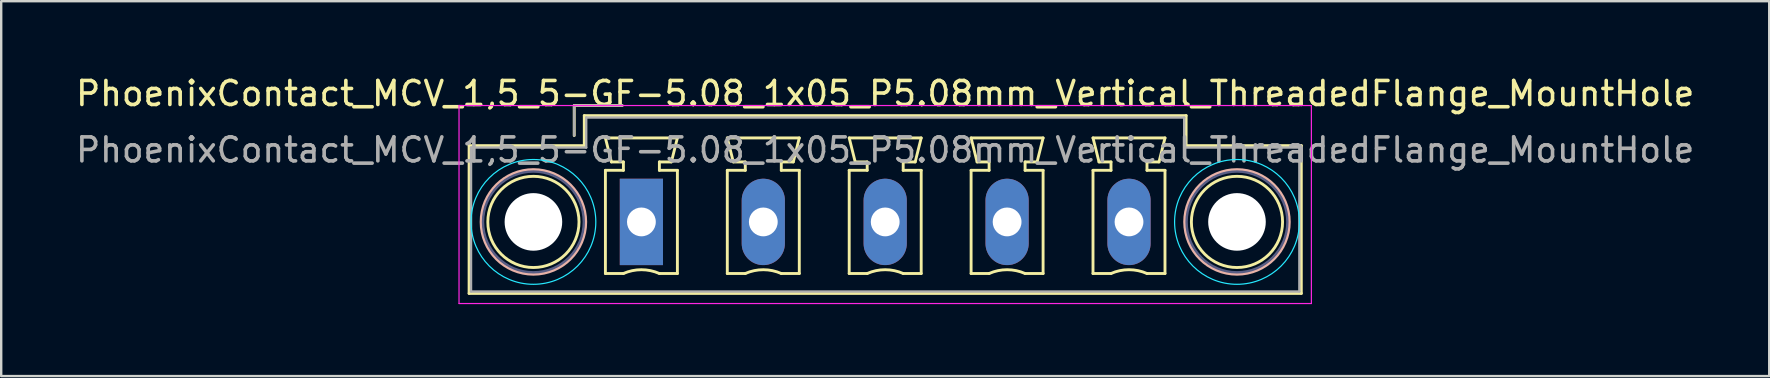
<source format=kicad_pcb>
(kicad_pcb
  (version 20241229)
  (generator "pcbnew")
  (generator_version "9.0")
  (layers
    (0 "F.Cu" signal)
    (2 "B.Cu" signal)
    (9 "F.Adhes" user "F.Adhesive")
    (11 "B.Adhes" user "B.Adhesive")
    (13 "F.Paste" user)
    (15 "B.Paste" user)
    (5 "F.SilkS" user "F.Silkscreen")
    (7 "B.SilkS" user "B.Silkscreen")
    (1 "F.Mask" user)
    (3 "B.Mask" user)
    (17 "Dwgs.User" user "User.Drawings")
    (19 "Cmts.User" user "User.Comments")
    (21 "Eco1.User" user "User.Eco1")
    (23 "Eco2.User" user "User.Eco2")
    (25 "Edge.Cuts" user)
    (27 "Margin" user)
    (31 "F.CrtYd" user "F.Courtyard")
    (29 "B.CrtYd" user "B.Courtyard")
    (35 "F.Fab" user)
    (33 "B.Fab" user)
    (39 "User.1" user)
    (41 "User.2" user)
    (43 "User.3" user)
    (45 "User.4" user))
  (footprint "PhoenixContact_MCV_1,5_5-GF-5.08_1x05_P5.08mm_Vertical_ThreadedFlange_MountHole"
    (layer "F.Cu")
    (at 23.679 6.198)
    (property "Reference" "PhoenixContact_MCV_1,5_5-GF-5.08_1x05_P5.08mm_Vertical_ThreadedFlange_MountHole" (at 10.16 -5.35 0) (layer "F.SilkS") (effects (font (size 1 1) (thickness 0.15))))
    (attr through_hole)
    (fp_line (start -7.18 -3.18) (end -7.18 2.98) (stroke (width 0.12) (type solid)) (layer "F.SilkS"))
    (fp_line (start -7.18 2.98) (end 27.5 2.98) (stroke (width 0.12) (type solid)) (layer "F.SilkS"))
    (fp_line (start -2.8 -4.85) (end -0.8 -4.85) (stroke (width 0.12) (type solid)) (layer "F.SilkS"))
    (fp_line (start -2.8 -3.6) (end -2.8 -4.85) (stroke (width 0.12) (type solid)) (layer "F.SilkS"))
    (fp_line (start -2.38 -4.43) (end -2.38 -3.18) (stroke (width 0.12) (type solid)) (layer "F.SilkS"))
    (fp_line (start -2.38 -3.18) (end -7.18 -3.18) (stroke (width 0.12) (type solid)) (layer "F.SilkS"))
    (fp_line (start -1.5 -3.5) (end 1.5 -3.5) (stroke (width 0.12) (type solid)) (layer "F.SilkS"))
    (fp_line (start -1.5 -2.15) (end -0.75 -2.15) (stroke (width 0.12) (type solid)) (layer "F.SilkS"))
    (fp_line (start -1.5 2.15) (end -1.5 -2.15) (stroke (width 0.12) (type solid)) (layer "F.SilkS"))
    (fp_line (start -1.25 -2.5) (end -1.5 -3.5) (stroke (width 0.12) (type solid)) (layer "F.SilkS"))
    (fp_line (start -0.75 -2.5) (end -1.25 -2.5) (stroke (width 0.12) (type solid)) (layer "F.SilkS"))
    (fp_line (start -0.75 -2.15) (end -0.75 -2.5) (stroke (width 0.12) (type solid)) (layer "F.SilkS"))
    (fp_line (start -0.75 2.15) (end -1.5 2.15) (stroke (width 0.12) (type solid)) (layer "F.SilkS"))
    (fp_line (start 0.75 -2.5) (end 0.75 -2.15) (stroke (width 0.12) (type solid)) (layer "F.SilkS"))
    (fp_line (start 0.75 -2.15) (end 1.5 -2.15) (stroke (width 0.12) (type solid)) (layer "F.SilkS"))
    (fp_line (start 1.25 -2.5) (end 0.75 -2.5) (stroke (width 0.12) (type solid)) (layer "F.SilkS"))
    (fp_line (start 1.5 -3.5) (end 1.25 -2.5) (stroke (width 0.12) (type solid)) (layer "F.SilkS"))
    (fp_line (start 1.5 -2.15) (end 1.5 2.15) (stroke (width 0.12) (type solid)) (layer "F.SilkS"))
    (fp_line (start 1.5 2.15) (end 0.75 2.15) (stroke (width 0.12) (type solid)) (layer "F.SilkS"))
    (fp_line (start 3.58 -3.5) (end 6.58 -3.5) (stroke (width 0.12) (type solid)) (layer "F.SilkS"))
    (fp_line (start 3.58 -2.15) (end 4.33 -2.15) (stroke (width 0.12) (type solid)) (layer "F.SilkS"))
    (fp_line (start 3.58 2.15) (end 3.58 -2.15) (stroke (width 0.12) (type solid)) (layer "F.SilkS"))
    (fp_line (start 3.83 -2.5) (end 3.58 -3.5) (stroke (width 0.12) (type solid)) (layer "F.SilkS"))
    (fp_line (start 4.33 -2.5) (end 3.83 -2.5) (stroke (width 0.12) (type solid)) (layer "F.SilkS"))
    (fp_line (start 4.33 -2.15) (end 4.33 -2.5) (stroke (width 0.12) (type solid)) (layer "F.SilkS"))
    (fp_line (start 4.33 2.15) (end 3.58 2.15) (stroke (width 0.12) (type solid)) (layer "F.SilkS"))
    (fp_line (start 5.83 -2.5) (end 5.83 -2.15) (stroke (width 0.12) (type solid)) (layer "F.SilkS"))
    (fp_line (start 5.83 -2.15) (end 6.58 -2.15) (stroke (width 0.12) (type solid)) (layer "F.SilkS"))
    (fp_line (start 6.33 -2.5) (end 5.83 -2.5) (stroke (width 0.12) (type solid)) (layer "F.SilkS"))
    (fp_line (start 6.58 -3.5) (end 6.33 -2.5) (stroke (width 0.12) (type solid)) (layer "F.SilkS"))
    (fp_line (start 6.58 -2.15) (end 6.58 2.15) (stroke (width 0.12) (type solid)) (layer "F.SilkS"))
    (fp_line (start 6.58 2.15) (end 5.83 2.15) (stroke (width 0.12) (type solid)) (layer "F.SilkS"))
    (fp_line (start 8.66 -3.5) (end 11.66 -3.5) (stroke (width 0.12) (type solid)) (layer "F.SilkS"))
    (fp_line (start 8.66 -2.15) (end 9.41 -2.15) (stroke (width 0.12) (type solid)) (layer "F.SilkS"))
    (fp_line (start 8.66 2.15) (end 8.66 -2.15) (stroke (width 0.12) (type solid)) (layer "F.SilkS"))
    (fp_line (start 8.91 -2.5) (end 8.66 -3.5) (stroke (width 0.12) (type solid)) (layer "F.SilkS"))
    (fp_line (start 9.41 -2.5) (end 8.91 -2.5) (stroke (width 0.12) (type solid)) (layer "F.SilkS"))
    (fp_line (start 9.41 -2.15) (end 9.41 -2.5) (stroke (width 0.12) (type solid)) (layer "F.SilkS"))
    (fp_line (start 9.41 2.15) (end 8.66 2.15) (stroke (width 0.12) (type solid)) (layer "F.SilkS"))
    (fp_line (start 10.91 -2.5) (end 10.91 -2.15) (stroke (width 0.12) (type solid)) (layer "F.SilkS"))
    (fp_line (start 10.91 -2.15) (end 11.66 -2.15) (stroke (width 0.12) (type solid)) (layer "F.SilkS"))
    (fp_line (start 11.41 -2.5) (end 10.91 -2.5) (stroke (width 0.12) (type solid)) (layer "F.SilkS"))
    (fp_line (start 11.66 -3.5) (end 11.41 -2.5) (stroke (width 0.12) (type solid)) (layer "F.SilkS"))
    (fp_line (start 11.66 -2.15) (end 11.66 2.15) (stroke (width 0.12) (type solid)) (layer "F.SilkS"))
    (fp_line (start 11.66 2.15) (end 10.91 2.15) (stroke (width 0.12) (type solid)) (layer "F.SilkS"))
    (fp_line (start 13.74 -3.5) (end 16.74 -3.5) (stroke (width 0.12) (type solid)) (layer "F.SilkS"))
    (fp_line (start 13.74 -2.15) (end 14.49 -2.15) (stroke (width 0.12) (type solid)) (layer "F.SilkS"))
    (fp_line (start 13.74 2.15) (end 13.74 -2.15) (stroke (width 0.12) (type solid)) (layer "F.SilkS"))
    (fp_line (start 13.99 -2.5) (end 13.74 -3.5) (stroke (width 0.12) (type solid)) (layer "F.SilkS"))
    (fp_line (start 14.49 -2.5) (end 13.99 -2.5) (stroke (width 0.12) (type solid)) (layer "F.SilkS"))
    (fp_line (start 14.49 -2.15) (end 14.49 -2.5) (stroke (width 0.12) (type solid)) (layer "F.SilkS"))
    (fp_line (start 14.49 2.15) (end 13.74 2.15) (stroke (width 0.12) (type solid)) (layer "F.SilkS"))
    (fp_line (start 15.99 -2.5) (end 15.99 -2.15) (stroke (width 0.12) (type solid)) (layer "F.SilkS"))
    (fp_line (start 15.99 -2.15) (end 16.74 -2.15) (stroke (width 0.12) (type solid)) (layer "F.SilkS"))
    (fp_line (start 16.49 -2.5) (end 15.99 -2.5) (stroke (width 0.12) (type solid)) (layer "F.SilkS"))
    (fp_line (start 16.74 -3.5) (end 16.49 -2.5) (stroke (width 0.12) (type solid)) (layer "F.SilkS"))
    (fp_line (start 16.74 -2.15) (end 16.74 2.15) (stroke (width 0.12) (type solid)) (layer "F.SilkS"))
    (fp_line (start 16.74 2.15) (end 15.99 2.15) (stroke (width 0.12) (type solid)) (layer "F.SilkS"))
    (fp_line (start 18.82 -3.5) (end 21.82 -3.5) (stroke (width 0.12) (type solid)) (layer "F.SilkS"))
    (fp_line (start 18.82 -2.15) (end 19.57 -2.15) (stroke (width 0.12) (type solid)) (layer "F.SilkS"))
    (fp_line (start 18.82 2.15) (end 18.82 -2.15) (stroke (width 0.12) (type solid)) (layer "F.SilkS"))
    (fp_line (start 19.07 -2.5) (end 18.82 -3.5) (stroke (width 0.12) (type solid)) (layer "F.SilkS"))
    (fp_line (start 19.57 -2.5) (end 19.07 -2.5) (stroke (width 0.12) (type solid)) (layer "F.SilkS"))
    (fp_line (start 19.57 -2.15) (end 19.57 -2.5) (stroke (width 0.12) (type solid)) (layer "F.SilkS"))
    (fp_line (start 19.57 2.15) (end 18.82 2.15) (stroke (width 0.12) (type solid)) (layer "F.SilkS"))
    (fp_line (start 21.07 -2.5) (end 21.07 -2.15) (stroke (width 0.12) (type solid)) (layer "F.SilkS"))
    (fp_line (start 21.07 -2.15) (end 21.82 -2.15) (stroke (width 0.12) (type solid)) (layer "F.SilkS"))
    (fp_line (start 21.57 -2.5) (end 21.07 -2.5) (stroke (width 0.12) (type solid)) (layer "F.SilkS"))
    (fp_line (start 21.82 -3.5) (end 21.57 -2.5) (stroke (width 0.12) (type solid)) (layer "F.SilkS"))
    (fp_line (start 21.82 -2.15) (end 21.82 2.15) (stroke (width 0.12) (type solid)) (layer "F.SilkS"))
    (fp_line (start 21.82 2.15) (end 21.07 2.15) (stroke (width 0.12) (type solid)) (layer "F.SilkS"))
    (fp_line (start 22.7 -4.43) (end -2.38 -4.43) (stroke (width 0.12) (type solid)) (layer "F.SilkS"))
    (fp_line (start 22.7 -3.18) (end 22.7 -4.43) (stroke (width 0.12) (type solid)) (layer "F.SilkS"))
    (fp_line (start 27.5 -3.18) (end 22.7 -3.18) (stroke (width 0.12) (type solid)) (layer "F.SilkS"))
    (fp_line (start 27.5 2.98) (end 27.5 -3.18) (stroke (width 0.12) (type solid)) (layer "F.SilkS"))
    (fp_arc (start -0.75 2.15) (mid -0.000193 1.99191) (end 0.749647 2.149844) (stroke (width 0.12) (type solid)) (layer "F.SilkS"))
    (fp_arc (start 4.33 2.15) (mid 5.079807 1.99191) (end 5.829647 2.149844) (stroke (width 0.12) (type solid)) (layer "F.SilkS"))
    (fp_arc (start 9.41 2.15) (mid 10.159807 1.99191) (end 10.909647 2.149844) (stroke (width 0.12) (type solid)) (layer "F.SilkS"))
    (fp_arc (start 14.49 2.15) (mid 15.239807 1.99191) (end 15.989647 2.149844) (stroke (width 0.12) (type solid)) (layer "F.SilkS"))
    (fp_arc (start 19.57 2.15) (mid 20.319807 1.99191) (end 21.069647 2.149844) (stroke (width 0.12) (type solid)) (layer "F.SilkS"))
    (fp_circle (center -4.5 0) (end -2.6 0) (stroke (width 0.12) (type solid)) (fill no) (layer "F.SilkS"))
    (fp_circle (center 24.82 0) (end 26.72 0) (stroke (width 0.12) (type solid)) (fill no) (layer "F.SilkS"))
    (fp_circle (center -4.5 0) (end -2.32 0) (stroke (width 0.12) (type solid)) (fill no) (layer "B.SilkS"))
    (fp_circle (center 24.82 0) (end 27 0) (stroke (width 0.12) (type solid)) (fill no) (layer "B.SilkS"))
    (fp_circle (center -4.5 0) (end -1.9 0) (stroke (width 0.05) (type solid)) (fill no) (layer "B.CrtYd"))
    (fp_circle (center 24.82 0) (end 27.42 0) (stroke (width 0.05) (type solid)) (fill no) (layer "B.CrtYd"))
    (fp_line (start -7.6 -4.85) (end -7.6 3.4) (stroke (width 0.05) (type solid)) (layer "F.CrtYd"))
    (fp_line (start -7.6 3.4) (end 27.92 3.4) (stroke (width 0.05) (type solid)) (layer "F.CrtYd"))
    (fp_line (start 27.92 -4.85) (end -7.6 -4.85) (stroke (width 0.05) (type solid)) (layer "F.CrtYd"))
    (fp_line (start 27.92 3.4) (end 27.92 -4.85) (stroke (width 0.05) (type solid)) (layer "F.CrtYd"))
    (fp_circle (center -4.5 0) (end -2.4 0) (stroke (width 0.1) (type solid)) (fill no) (layer "B.Fab"))
    (fp_circle (center 24.82 0) (end 26.92 0) (stroke (width 0.1) (type solid)) (fill no) (layer "B.Fab"))
    (fp_line (start -7.1 -3.1) (end -7.1 2.9) (stroke (width 0.1) (type solid)) (layer "F.Fab"))
    (fp_line (start -7.1 2.9) (end 27.42 2.9) (stroke (width 0.1) (type solid)) (layer "F.Fab"))
    (fp_line (start -2.8 -4.85) (end -0.8 -4.85) (stroke (width 0.1) (type solid)) (layer "F.Fab"))
    (fp_line (start -2.8 -3.6) (end -2.8 -4.85) (stroke (width 0.1) (type solid)) (layer "F.Fab"))
    (fp_line (start -2.3 -4.35) (end -2.3 -3.1) (stroke (width 0.1) (type solid)) (layer "F.Fab"))
    (fp_line (start -2.3 -3.1) (end -7.1 -3.1) (stroke (width 0.1) (type solid)) (layer "F.Fab"))
    (fp_line (start 22.62 -4.35) (end -2.3 -4.35) (stroke (width 0.1) (type solid)) (layer "F.Fab"))
    (fp_line (start 22.62 -3.1) (end 22.62 -4.35) (stroke (width 0.1) (type solid)) (layer "F.Fab"))
    (fp_line (start 27.42 -3.1) (end 22.62 -3.1) (stroke (width 0.1) (type solid)) (layer "F.Fab"))
    (fp_line (start 27.42 2.9) (end 27.42 -3.1) (stroke (width 0.1) (type solid)) (layer "F.Fab"))
    (fp_text user "${REFERENCE}" (at 10.16 -3 0) (layer "F.Fab") (effects (font (size 1 1) (thickness 0.15))))
    (pad "" np_thru_hole circle (at -4.5 0) (size 2.4 2.4) (drill 2.4) (layers "*.Cu" "*.Mask"))
    (pad "" np_thru_hole circle (at 24.82 0) (size 2.4 2.4) (drill 2.4) (layers "*.Cu" "*.Mask"))
    (pad "1" thru_hole rect (at 0 0) (size 1.8 3.6) (drill 1.2) (layers "*.Cu" "*.Mask"))
    (pad "2" thru_hole oval (at 5.08 0) (size 1.8 3.6) (drill 1.2) (layers "*.Cu" "*.Mask"))
    (pad "3" thru_hole oval (at 10.16 0) (size 1.8 3.6) (drill 1.2) (layers "*.Cu" "*.Mask"))
    (pad "4" thru_hole oval (at 15.24 0) (size 1.8 3.6) (drill 1.2) (layers "*.Cu" "*.Mask"))
    (pad "5" thru_hole oval (at 20.32 0) (size 1.8 3.6) (drill 1.2) (layers "*.Cu" "*.Mask")))
  (gr_rect
    (start -3 -3)
    (end 70.679 12.623)
    (stroke (width 0.1) (type default))
    (fill no)
    (layer "Edge.Cuts")))
</source>
